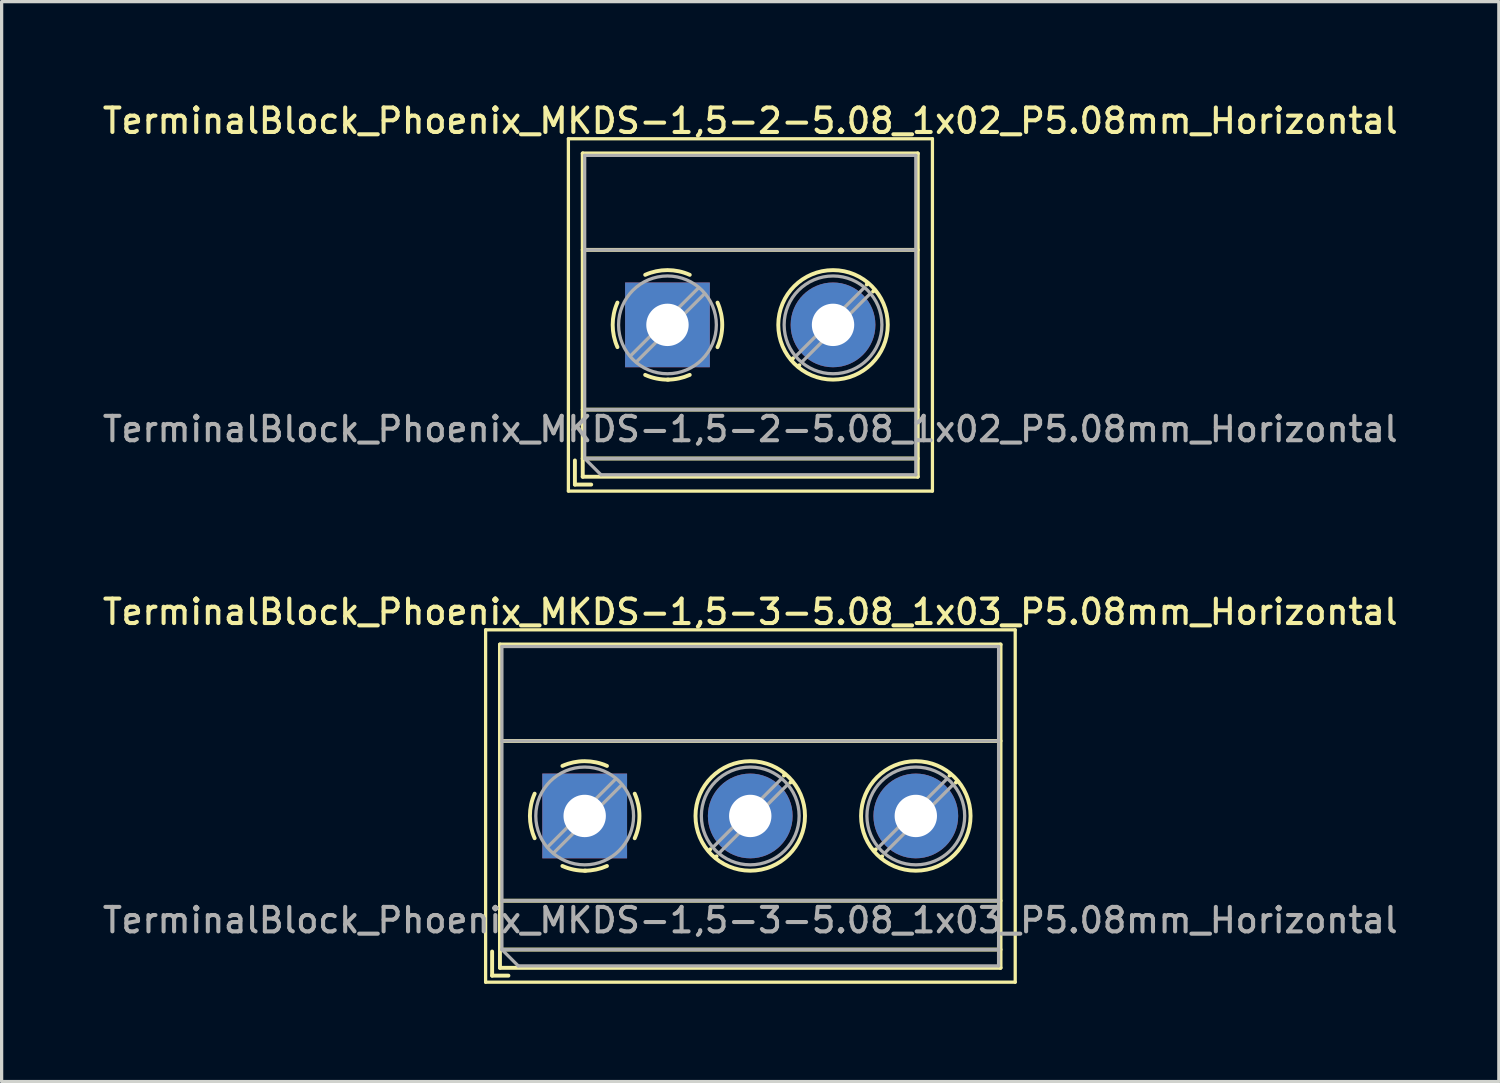
<source format=kicad_pcb>
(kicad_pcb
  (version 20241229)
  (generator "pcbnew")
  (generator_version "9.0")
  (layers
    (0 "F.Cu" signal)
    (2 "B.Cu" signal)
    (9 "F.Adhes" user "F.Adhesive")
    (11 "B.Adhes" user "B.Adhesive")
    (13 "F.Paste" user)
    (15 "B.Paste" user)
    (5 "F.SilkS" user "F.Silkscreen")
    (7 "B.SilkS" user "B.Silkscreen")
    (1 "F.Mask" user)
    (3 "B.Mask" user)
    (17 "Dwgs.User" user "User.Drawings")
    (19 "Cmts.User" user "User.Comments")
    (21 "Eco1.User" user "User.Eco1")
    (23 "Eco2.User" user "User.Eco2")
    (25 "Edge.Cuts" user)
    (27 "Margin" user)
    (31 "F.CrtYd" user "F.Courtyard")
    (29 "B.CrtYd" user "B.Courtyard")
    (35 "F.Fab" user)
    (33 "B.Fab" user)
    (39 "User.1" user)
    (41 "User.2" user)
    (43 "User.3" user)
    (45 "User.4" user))
  (footprint "TerminalBlock_Phoenix_MKDS-1,5-3-5.08_1x03_P5.08mm_Horizontal"
    (layer "F.Cu")
    (at 14.89 21.986)
    (property "Reference" "TerminalBlock_Phoenix_MKDS-1,5-3-5.08_1x03_P5.08mm_Horizontal" (at 5.08 -6.26 0) (layer "F.SilkS") (effects (font (size 0.75 0.75) (thickness 0.125))))
    (attr through_hole)
    (fp_line (start -3.04 -5.71) (end -3.04 5.1) (stroke (width 0.1) (type solid)) (layer "F.SilkS"))
    (fp_line (start -3.04 5.1) (end 13.21 5.1) (stroke (width 0.1) (type solid)) (layer "F.SilkS"))
    (fp_line (start -2.84 4.16) (end -2.84 4.9) (stroke (width 0.12) (type solid)) (layer "F.SilkS"))
    (fp_line (start -2.84 4.9) (end -2.34 4.9) (stroke (width 0.12) (type solid)) (layer "F.SilkS"))
    (fp_line (start -2.6 -5.261) (end -2.6 4.66) (stroke (width 0.12) (type solid)) (layer "F.SilkS"))
    (fp_line (start -2.6 -5.261) (end 12.76 -5.261) (stroke (width 0.12) (type solid)) (layer "F.SilkS"))
    (fp_line (start -2.6 -2.301) (end 12.76 -2.301) (stroke (width 0.12) (type solid)) (layer "F.SilkS"))
    (fp_line (start -2.6 2.6) (end 12.76 2.6) (stroke (width 0.12) (type solid)) (layer "F.SilkS"))
    (fp_line (start -2.6 4.1) (end 12.76 4.1) (stroke (width 0.12) (type solid)) (layer "F.SilkS"))
    (fp_line (start -2.6 4.66) (end 12.76 4.66) (stroke (width 0.12) (type solid)) (layer "F.SilkS"))
    (fp_line (start 3.853 1.023) (end 3.806 1.069) (stroke (width 0.12) (type solid)) (layer "F.SilkS"))
    (fp_line (start 4.046 1.239) (end 4.011 1.274) (stroke (width 0.12) (type solid)) (layer "F.SilkS"))
    (fp_line (start 6.15 -1.275) (end 6.115 -1.239) (stroke (width 0.12) (type solid)) (layer "F.SilkS"))
    (fp_line (start 6.355 -1.069) (end 6.308 -1.023) (stroke (width 0.12) (type solid)) (layer "F.SilkS"))
    (fp_line (start 8.933 1.023) (end 8.886 1.069) (stroke (width 0.12) (type solid)) (layer "F.SilkS"))
    (fp_line (start 9.126 1.239) (end 9.091 1.274) (stroke (width 0.12) (type solid)) (layer "F.SilkS"))
    (fp_line (start 11.23 -1.275) (end 11.195 -1.239) (stroke (width 0.12) (type solid)) (layer "F.SilkS"))
    (fp_line (start 11.435 -1.069) (end 11.388 -1.023) (stroke (width 0.12) (type solid)) (layer "F.SilkS"))
    (fp_line (start 12.76 -5.261) (end 12.76 4.66) (stroke (width 0.12) (type solid)) (layer "F.SilkS"))
    (fp_line (start 13.21 -5.71) (end -3.04 -5.71) (stroke (width 0.1) (type solid)) (layer "F.SilkS"))
    (fp_line (start 13.21 5.1) (end 13.21 -5.71) (stroke (width 0.1) (type solid)) (layer "F.SilkS"))
    (fp_arc (start -1.535427 0.683042) (mid -1.680501 -0.000524) (end -1.535 -0.684) (stroke (width 0.12) (type solid)) (layer "F.SilkS"))
    (fp_arc (start -0.683042 -1.535427) (mid 0.000524 -1.680501) (end 0.684 -1.535) (stroke (width 0.12) (type solid)) (layer "F.SilkS"))
    (fp_arc (start 0.028805 1.680253) (mid -0.335551 1.646659) (end -0.684 1.535) (stroke (width 0.12) (type solid)) (layer "F.SilkS"))
    (fp_arc (start 0.683318 1.534756) (mid 0.349292 1.643288) (end 0 1.68) (stroke (width 0.12) (type solid)) (layer "F.SilkS"))
    (fp_arc (start 1.535427 -0.683042) (mid 1.680501 0.000524) (end 1.535 0.684) (stroke (width 0.12) (type solid)) (layer "F.SilkS"))
    (fp_circle (center 5.08 0) (end 6.76 0) (stroke (width 0.12) (type solid)) (fill no) (layer "F.SilkS"))
    (fp_circle (center 10.16 0) (end 11.84 0) (stroke (width 0.12) (type solid)) (fill no) (layer "F.SilkS"))
    (fp_line (start -2.54 -5.2) (end 12.7 -5.2) (stroke (width 0.1) (type solid)) (layer "F.Fab"))
    (fp_line (start -2.54 -2.3) (end 12.7 -2.3) (stroke (width 0.1) (type solid)) (layer "F.Fab"))
    (fp_line (start -2.54 2.6) (end 12.7 2.6) (stroke (width 0.1) (type solid)) (layer "F.Fab"))
    (fp_line (start -2.54 4.1) (end -2.54 -5.2) (stroke (width 0.1) (type solid)) (layer "F.Fab"))
    (fp_line (start -2.54 4.1) (end 12.7 4.1) (stroke (width 0.1) (type solid)) (layer "F.Fab"))
    (fp_line (start -2.04 4.6) (end -2.54 4.1) (stroke (width 0.1) (type solid)) (layer "F.Fab"))
    (fp_line (start 0.955 -1.138) (end -1.138 0.955) (stroke (width 0.1) (type solid)) (layer "F.Fab"))
    (fp_line (start 1.138 -0.955) (end -0.955 1.138) (stroke (width 0.1) (type solid)) (layer "F.Fab"))
    (fp_line (start 6.035 -1.138) (end 3.943 0.955) (stroke (width 0.1) (type solid)) (layer "F.Fab"))
    (fp_line (start 6.218 -0.955) (end 4.126 1.138) (stroke (width 0.1) (type solid)) (layer "F.Fab"))
    (fp_line (start 11.115 -1.138) (end 9.023 0.955) (stroke (width 0.1) (type solid)) (layer "F.Fab"))
    (fp_line (start 11.298 -0.955) (end 9.206 1.138) (stroke (width 0.1) (type solid)) (layer "F.Fab"))
    (fp_line (start 12.7 -5.2) (end 12.7 4.6) (stroke (width 0.1) (type solid)) (layer "F.Fab"))
    (fp_line (start 12.7 4.6) (end -2.04 4.6) (stroke (width 0.1) (type solid)) (layer "F.Fab"))
    (fp_circle (center 0 0) (end 1.5 0) (stroke (width 0.1) (type solid)) (fill no) (layer "F.Fab"))
    (fp_circle (center 5.08 0) (end 6.58 0) (stroke (width 0.1) (type solid)) (fill no) (layer "F.Fab"))
    (fp_circle (center 10.16 0) (end 11.66 0) (stroke (width 0.1) (type solid)) (fill no) (layer "F.Fab"))
    (fp_text user "${REFERENCE}" (at 5.08 3.2 0) (layer "F.Fab") (effects (font (size 0.75 0.75) (thickness 0.125))))
    (pad "1" thru_hole rect (at 0 0) (size 2.6 2.6) (drill 1.3) (layers "*.Cu" "*.Mask"))
    (pad "2" thru_hole circle (at 5.08 0) (size 2.6 2.6) (drill 1.3) (layers "*.Cu" "*.Mask"))
    (pad "3" thru_hole circle (at 10.16 0) (size 2.6 2.6) (drill 1.3) (layers "*.Cu" "*.Mask")))
  (footprint "TerminalBlock_Phoenix_MKDS-1,5-2-5.08_1x02_P5.08mm_Horizontal"
    (layer "F.Cu")
    (at 17.43 6.918)
    (property "Reference" "TerminalBlock_Phoenix_MKDS-1,5-2-5.08_1x02_P5.08mm_Horizontal" (at 2.54 -6.26 0) (layer "F.SilkS") (effects (font (size 0.75 0.75) (thickness 0.125))))
    (attr through_hole)
    (fp_line (start -3.04 -5.71) (end -3.04 5.1) (stroke (width 0.1) (type solid)) (layer "F.SilkS"))
    (fp_line (start -3.04 5.1) (end 8.13 5.1) (stroke (width 0.1) (type solid)) (layer "F.SilkS"))
    (fp_line (start -2.84 4.16) (end -2.84 4.9) (stroke (width 0.12) (type solid)) (layer "F.SilkS"))
    (fp_line (start -2.84 4.9) (end -2.34 4.9) (stroke (width 0.12) (type solid)) (layer "F.SilkS"))
    (fp_line (start -2.6 -5.261) (end -2.6 4.66) (stroke (width 0.12) (type solid)) (layer "F.SilkS"))
    (fp_line (start -2.6 -5.261) (end 7.68 -5.261) (stroke (width 0.12) (type solid)) (layer "F.SilkS"))
    (fp_line (start -2.6 -2.301) (end 7.68 -2.301) (stroke (width 0.12) (type solid)) (layer "F.SilkS"))
    (fp_line (start -2.6 2.6) (end 7.68 2.6) (stroke (width 0.12) (type solid)) (layer "F.SilkS"))
    (fp_line (start -2.6 4.1) (end 7.68 4.1) (stroke (width 0.12) (type solid)) (layer "F.SilkS"))
    (fp_line (start -2.6 4.66) (end 7.68 4.66) (stroke (width 0.12) (type solid)) (layer "F.SilkS"))
    (fp_line (start 3.853 1.023) (end 3.806 1.069) (stroke (width 0.12) (type solid)) (layer "F.SilkS"))
    (fp_line (start 4.046 1.239) (end 4.011 1.274) (stroke (width 0.12) (type solid)) (layer "F.SilkS"))
    (fp_line (start 6.15 -1.275) (end 6.115 -1.239) (stroke (width 0.12) (type solid)) (layer "F.SilkS"))
    (fp_line (start 6.355 -1.069) (end 6.308 -1.023) (stroke (width 0.12) (type solid)) (layer "F.SilkS"))
    (fp_line (start 7.68 -5.261) (end 7.68 4.66) (stroke (width 0.12) (type solid)) (layer "F.SilkS"))
    (fp_line (start 8.13 -5.71) (end -3.04 -5.71) (stroke (width 0.1) (type solid)) (layer "F.SilkS"))
    (fp_line (start 8.13 5.1) (end 8.13 -5.71) (stroke (width 0.1) (type solid)) (layer "F.SilkS"))
    (fp_arc (start -1.535427 0.683042) (mid -1.680501 -0.000524) (end -1.535 -0.684) (stroke (width 0.12) (type solid)) (layer "F.SilkS"))
    (fp_arc (start -0.683042 -1.535427) (mid 0.000524 -1.680501) (end 0.684 -1.535) (stroke (width 0.12) (type solid)) (layer "F.SilkS"))
    (fp_arc (start 0.028805 1.680253) (mid -0.335551 1.646659) (end -0.684 1.535) (stroke (width 0.12) (type solid)) (layer "F.SilkS"))
    (fp_arc (start 0.683318 1.534756) (mid 0.349292 1.643288) (end 0 1.68) (stroke (width 0.12) (type solid)) (layer "F.SilkS"))
    (fp_arc (start 1.535427 -0.683042) (mid 1.680501 0.000524) (end 1.535 0.684) (stroke (width 0.12) (type solid)) (layer "F.SilkS"))
    (fp_circle (center 5.08 0) (end 6.76 0) (stroke (width 0.12) (type solid)) (fill no) (layer "F.SilkS"))
    (fp_line (start -2.54 -5.2) (end 7.62 -5.2) (stroke (width 0.1) (type solid)) (layer "F.Fab"))
    (fp_line (start -2.54 -2.3) (end 7.62 -2.3) (stroke (width 0.1) (type solid)) (layer "F.Fab"))
    (fp_line (start -2.54 2.6) (end 7.62 2.6) (stroke (width 0.1) (type solid)) (layer "F.Fab"))
    (fp_line (start -2.54 4.1) (end -2.54 -5.2) (stroke (width 0.1) (type solid)) (layer "F.Fab"))
    (fp_line (start -2.54 4.1) (end 7.62 4.1) (stroke (width 0.1) (type solid)) (layer "F.Fab"))
    (fp_line (start -2.04 4.6) (end -2.54 4.1) (stroke (width 0.1) (type solid)) (layer "F.Fab"))
    (fp_line (start 0.955 -1.138) (end -1.138 0.955) (stroke (width 0.1) (type solid)) (layer "F.Fab"))
    (fp_line (start 1.138 -0.955) (end -0.955 1.138) (stroke (width 0.1) (type solid)) (layer "F.Fab"))
    (fp_line (start 6.035 -1.138) (end 3.943 0.955) (stroke (width 0.1) (type solid)) (layer "F.Fab"))
    (fp_line (start 6.218 -0.955) (end 4.126 1.138) (stroke (width 0.1) (type solid)) (layer "F.Fab"))
    (fp_line (start 7.62 -5.2) (end 7.62 4.6) (stroke (width 0.1) (type solid)) (layer "F.Fab"))
    (fp_line (start 7.62 4.6) (end -2.04 4.6) (stroke (width 0.1) (type solid)) (layer "F.Fab"))
    (fp_circle (center 0 0) (end 1.5 0) (stroke (width 0.1) (type solid)) (fill no) (layer "F.Fab"))
    (fp_circle (center 5.08 0) (end 6.58 0) (stroke (width 0.1) (type solid)) (fill no) (layer "F.Fab"))
    (fp_text user "${REFERENCE}" (at 2.54 3.2 0) (layer "F.Fab") (effects (font (size 0.75 0.75) (thickness 0.125))))
    (pad "1" thru_hole rect (at 0 0) (size 2.6 2.6) (drill 1.3) (layers "*.Cu" "*.Mask"))
    (pad "2" thru_hole circle (at 5.08 0) (size 2.6 2.6) (drill 1.3) (layers "*.Cu" "*.Mask")))
  (gr_rect
    (start -3 -3)
    (end 42.939 30.136)
    (stroke (width 0.1) (type default))
    (fill no)
    (layer "Edge.Cuts")))
</source>
